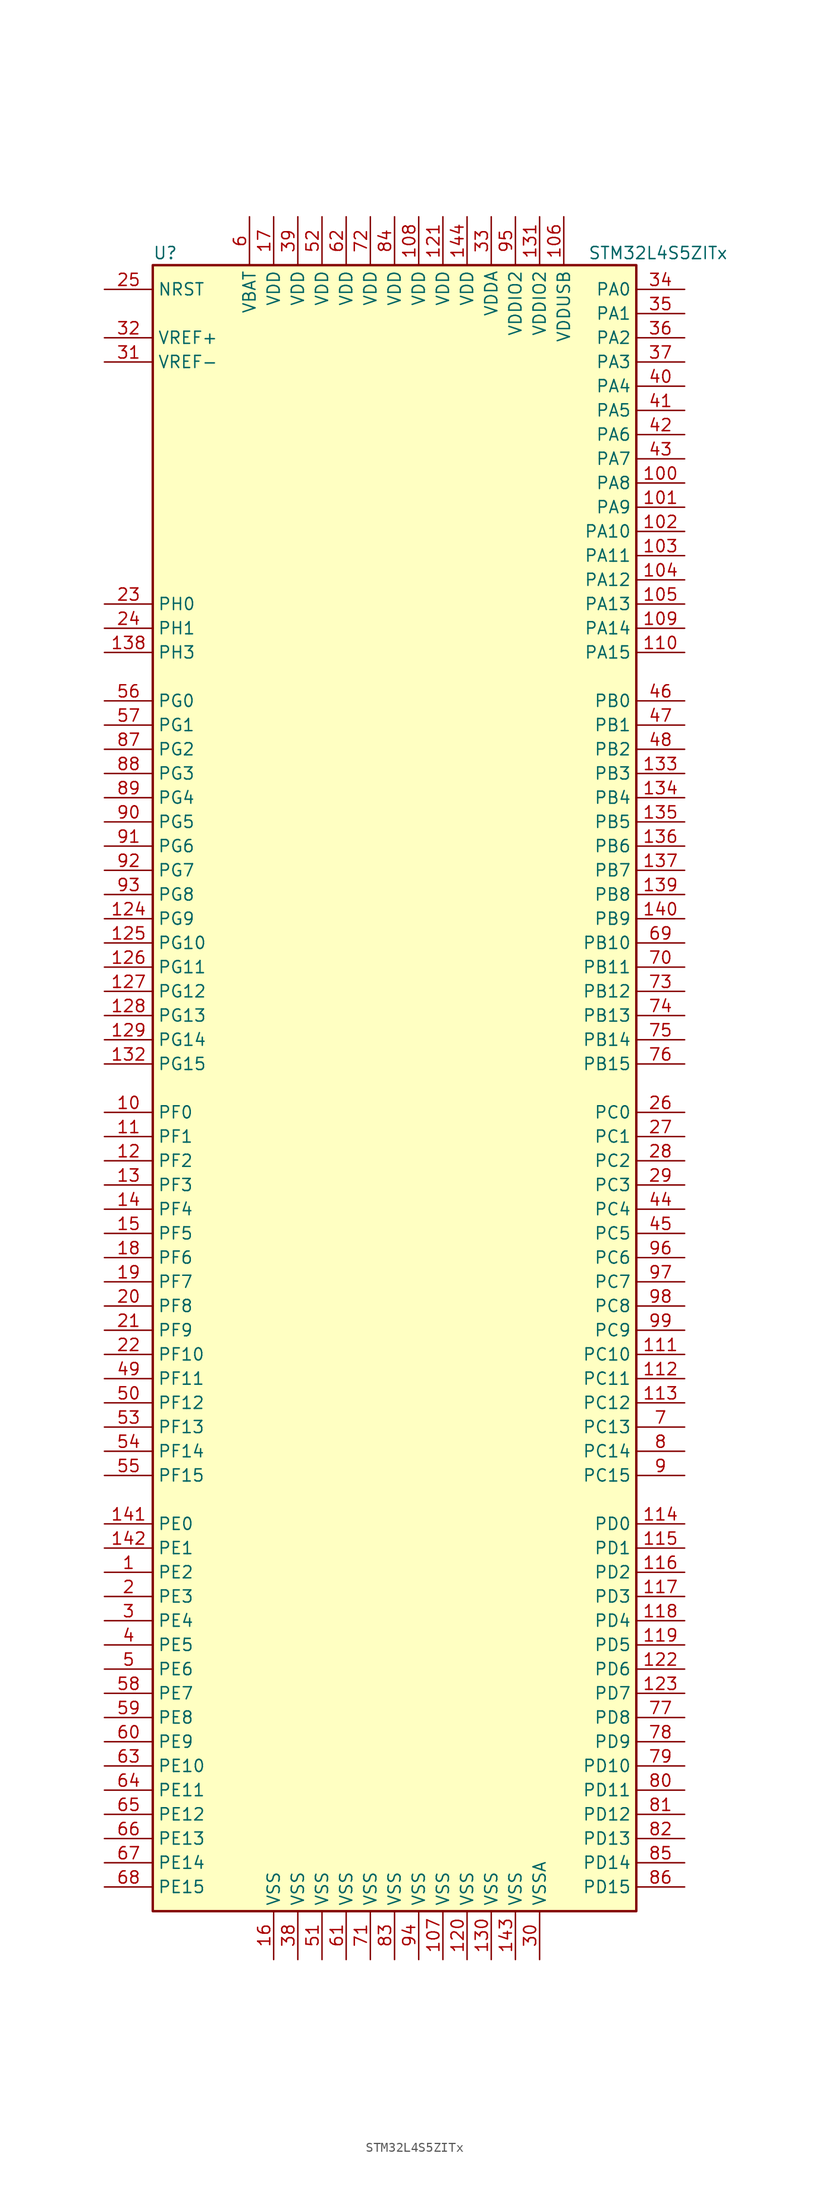
<source format=kicad_sym>
(kicad_symbol_lib
  (version 20201005)
  (generator kicad_symbol_editor)
  (symbol "MCU_ST_STM32L4+:STM32L4S5ZITx"
    (property "Reference" "U"
      (at -25.4 87.63 0)
      (effects (font (size 1.27 1.27)) (justify left)))
    (property "Value" "STM32L4S5ZITx"
      (at 20.32 87.63 0)
      (effects (font (size 1.27 1.27)) (justify left)))
    (symbol "STM32L4S5ZITx_0_1"
      (rectangle (start -25.4 -86.36) (end 25.4 86.36) (stroke (width 0.254)) (fill (type background))))
    (symbol "STM32L4S5ZITx_1_1"
      (pin input line (at -30.48 83.82 0) (length 5.08) (name "NRST" (effects (font (size 1.27 1.27)))) (number "25" (effects (font (size 1.27 1.27)))))
      (pin bidirectional line (at 30.48 83.82 180) (length 5.08) (name "PA0" (effects (font (size 1.27 1.27)))) (number "34" (effects (font (size 1.27 1.27)))))
      (pin bidirectional line (at 30.48 81.28 180) (length 5.08) (name "PA1" (effects (font (size 1.27 1.27)))) (number "35" (effects (font (size 1.27 1.27)))))
      (pin bidirectional line (at 30.48 58.42 180) (length 5.08) (name "PA10" (effects (font (size 1.27 1.27)))) (number "102" (effects (font (size 1.27 1.27)))))
      (pin bidirectional line (at 30.48 55.88 180) (length 5.08) (name "PA11" (effects (font (size 1.27 1.27)))) (number "103" (effects (font (size 1.27 1.27)))))
      (pin bidirectional line (at 30.48 53.34 180) (length 5.08) (name "PA12" (effects (font (size 1.27 1.27)))) (number "104" (effects (font (size 1.27 1.27)))))
      (pin bidirectional line (at 30.48 50.8 180) (length 5.08) (name "PA13" (effects (font (size 1.27 1.27)))) (number "105" (effects (font (size 1.27 1.27)))))
      (pin bidirectional line (at 30.48 48.26 180) (length 5.08) (name "PA14" (effects (font (size 1.27 1.27)))) (number "109" (effects (font (size 1.27 1.27)))))
      (pin bidirectional line (at 30.48 45.72 180) (length 5.08) (name "PA15" (effects (font (size 1.27 1.27)))) (number "110" (effects (font (size 1.27 1.27)))))
      (pin bidirectional line (at 30.48 78.74 180) (length 5.08) (name "PA2" (effects (font (size 1.27 1.27)))) (number "36" (effects (font (size 1.27 1.27)))))
      (pin bidirectional line (at 30.48 76.2 180) (length 5.08) (name "PA3" (effects (font (size 1.27 1.27)))) (number "37" (effects (font (size 1.27 1.27)))))
      (pin bidirectional line (at 30.48 73.66 180) (length 5.08) (name "PA4" (effects (font (size 1.27 1.27)))) (number "40" (effects (font (size 1.27 1.27)))))
      (pin bidirectional line (at 30.48 71.12 180) (length 5.08) (name "PA5" (effects (font (size 1.27 1.27)))) (number "41" (effects (font (size 1.27 1.27)))))
      (pin bidirectional line (at 30.48 68.58 180) (length 5.08) (name "PA6" (effects (font (size 1.27 1.27)))) (number "42" (effects (font (size 1.27 1.27)))))
      (pin bidirectional line (at 30.48 66.04 180) (length 5.08) (name "PA7" (effects (font (size 1.27 1.27)))) (number "43" (effects (font (size 1.27 1.27)))))
      (pin bidirectional line (at 30.48 63.5 180) (length 5.08) (name "PA8" (effects (font (size 1.27 1.27)))) (number "100" (effects (font (size 1.27 1.27)))))
      (pin bidirectional line (at 30.48 60.96 180) (length 5.08) (name "PA9" (effects (font (size 1.27 1.27)))) (number "101" (effects (font (size 1.27 1.27)))))
      (pin bidirectional line (at 30.48 40.64 180) (length 5.08) (name "PB0" (effects (font (size 1.27 1.27)))) (number "46" (effects (font (size 1.27 1.27)))))
      (pin bidirectional line (at 30.48 38.1 180) (length 5.08) (name "PB1" (effects (font (size 1.27 1.27)))) (number "47" (effects (font (size 1.27 1.27)))))
      (pin bidirectional line (at 30.48 15.24 180) (length 5.08) (name "PB10" (effects (font (size 1.27 1.27)))) (number "69" (effects (font (size 1.27 1.27)))))
      (pin bidirectional line (at 30.48 12.7 180) (length 5.08) (name "PB11" (effects (font (size 1.27 1.27)))) (number "70" (effects (font (size 1.27 1.27)))))
      (pin bidirectional line (at 30.48 10.16 180) (length 5.08) (name "PB12" (effects (font (size 1.27 1.27)))) (number "73" (effects (font (size 1.27 1.27)))))
      (pin bidirectional line (at 30.48 7.62 180) (length 5.08) (name "PB13" (effects (font (size 1.27 1.27)))) (number "74" (effects (font (size 1.27 1.27)))))
      (pin bidirectional line (at 30.48 5.08 180) (length 5.08) (name "PB14" (effects (font (size 1.27 1.27)))) (number "75" (effects (font (size 1.27 1.27)))))
      (pin bidirectional line (at 30.48 2.54 180) (length 5.08) (name "PB15" (effects (font (size 1.27 1.27)))) (number "76" (effects (font (size 1.27 1.27)))))
      (pin bidirectional line (at 30.48 35.56 180) (length 5.08) (name "PB2" (effects (font (size 1.27 1.27)))) (number "48" (effects (font (size 1.27 1.27)))))
      (pin bidirectional line (at 30.48 33.02 180) (length 5.08) (name "PB3" (effects (font (size 1.27 1.27)))) (number "133" (effects (font (size 1.27 1.27)))))
      (pin bidirectional line (at 30.48 30.48 180) (length 5.08) (name "PB4" (effects (font (size 1.27 1.27)))) (number "134" (effects (font (size 1.27 1.27)))))
      (pin bidirectional line (at 30.48 27.94 180) (length 5.08) (name "PB5" (effects (font (size 1.27 1.27)))) (number "135" (effects (font (size 1.27 1.27)))))
      (pin bidirectional line (at 30.48 25.4 180) (length 5.08) (name "PB6" (effects (font (size 1.27 1.27)))) (number "136" (effects (font (size 1.27 1.27)))))
      (pin bidirectional line (at 30.48 22.86 180) (length 5.08) (name "PB7" (effects (font (size 1.27 1.27)))) (number "137" (effects (font (size 1.27 1.27)))))
      (pin bidirectional line (at 30.48 20.32 180) (length 5.08) (name "PB8" (effects (font (size 1.27 1.27)))) (number "139" (effects (font (size 1.27 1.27)))))
      (pin bidirectional line (at 30.48 17.78 180) (length 5.08) (name "PB9" (effects (font (size 1.27 1.27)))) (number "140" (effects (font (size 1.27 1.27)))))
      (pin bidirectional line (at 30.48 -2.54 180) (length 5.08) (name "PC0" (effects (font (size 1.27 1.27)))) (number "26" (effects (font (size 1.27 1.27)))))
      (pin bidirectional line (at 30.48 -5.08 180) (length 5.08) (name "PC1" (effects (font (size 1.27 1.27)))) (number "27" (effects (font (size 1.27 1.27)))))
      (pin bidirectional line (at 30.48 -27.94 180) (length 5.08) (name "PC10" (effects (font (size 1.27 1.27)))) (number "111" (effects (font (size 1.27 1.27)))))
      (pin bidirectional line (at 30.48 -30.48 180) (length 5.08) (name "PC11" (effects (font (size 1.27 1.27)))) (number "112" (effects (font (size 1.27 1.27)))))
      (pin bidirectional line (at 30.48 -33.02 180) (length 5.08) (name "PC12" (effects (font (size 1.27 1.27)))) (number "113" (effects (font (size 1.27 1.27)))))
      (pin bidirectional line (at 30.48 -35.56 180) (length 5.08) (name "PC13" (effects (font (size 1.27 1.27)))) (number "7" (effects (font (size 1.27 1.27)))))
      (pin bidirectional line (at 30.48 -38.1 180) (length 5.08) (name "PC14" (effects (font (size 1.27 1.27)))) (number "8" (effects (font (size 1.27 1.27)))))
      (pin bidirectional line (at 30.48 -40.64 180) (length 5.08) (name "PC15" (effects (font (size 1.27 1.27)))) (number "9" (effects (font (size 1.27 1.27)))))
      (pin bidirectional line (at 30.48 -7.62 180) (length 5.08) (name "PC2" (effects (font (size 1.27 1.27)))) (number "28" (effects (font (size 1.27 1.27)))))
      (pin bidirectional line (at 30.48 -10.16 180) (length 5.08) (name "PC3" (effects (font (size 1.27 1.27)))) (number "29" (effects (font (size 1.27 1.27)))))
      (pin bidirectional line (at 30.48 -12.7 180) (length 5.08) (name "PC4" (effects (font (size 1.27 1.27)))) (number "44" (effects (font (size 1.27 1.27)))))
      (pin bidirectional line (at 30.48 -15.24 180) (length 5.08) (name "PC5" (effects (font (size 1.27 1.27)))) (number "45" (effects (font (size 1.27 1.27)))))
      (pin bidirectional line (at 30.48 -17.78 180) (length 5.08) (name "PC6" (effects (font (size 1.27 1.27)))) (number "96" (effects (font (size 1.27 1.27)))))
      (pin bidirectional line (at 30.48 -20.32 180) (length 5.08) (name "PC7" (effects (font (size 1.27 1.27)))) (number "97" (effects (font (size 1.27 1.27)))))
      (pin bidirectional line (at 30.48 -22.86 180) (length 5.08) (name "PC8" (effects (font (size 1.27 1.27)))) (number "98" (effects (font (size 1.27 1.27)))))
      (pin bidirectional line (at 30.48 -25.4 180) (length 5.08) (name "PC9" (effects (font (size 1.27 1.27)))) (number "99" (effects (font (size 1.27 1.27)))))
      (pin bidirectional line (at 30.48 -45.72 180) (length 5.08) (name "PD0" (effects (font (size 1.27 1.27)))) (number "114" (effects (font (size 1.27 1.27)))))
      (pin bidirectional line (at 30.48 -48.26 180) (length 5.08) (name "PD1" (effects (font (size 1.27 1.27)))) (number "115" (effects (font (size 1.27 1.27)))))
      (pin bidirectional line (at 30.48 -71.12 180) (length 5.08) (name "PD10" (effects (font (size 1.27 1.27)))) (number "79" (effects (font (size 1.27 1.27)))))
      (pin bidirectional line (at 30.48 -73.66 180) (length 5.08) (name "PD11" (effects (font (size 1.27 1.27)))) (number "80" (effects (font (size 1.27 1.27)))))
      (pin bidirectional line (at 30.48 -76.2 180) (length 5.08) (name "PD12" (effects (font (size 1.27 1.27)))) (number "81" (effects (font (size 1.27 1.27)))))
      (pin bidirectional line (at 30.48 -78.74 180) (length 5.08) (name "PD13" (effects (font (size 1.27 1.27)))) (number "82" (effects (font (size 1.27 1.27)))))
      (pin bidirectional line (at 30.48 -81.28 180) (length 5.08) (name "PD14" (effects (font (size 1.27 1.27)))) (number "85" (effects (font (size 1.27 1.27)))))
      (pin bidirectional line (at 30.48 -83.82 180) (length 5.08) (name "PD15" (effects (font (size 1.27 1.27)))) (number "86" (effects (font (size 1.27 1.27)))))
      (pin bidirectional line (at 30.48 -50.8 180) (length 5.08) (name "PD2" (effects (font (size 1.27 1.27)))) (number "116" (effects (font (size 1.27 1.27)))))
      (pin bidirectional line (at 30.48 -53.34 180) (length 5.08) (name "PD3" (effects (font (size 1.27 1.27)))) (number "117" (effects (font (size 1.27 1.27)))))
      (pin bidirectional line (at 30.48 -55.88 180) (length 5.08) (name "PD4" (effects (font (size 1.27 1.27)))) (number "118" (effects (font (size 1.27 1.27)))))
      (pin bidirectional line (at 30.48 -58.42 180) (length 5.08) (name "PD5" (effects (font (size 1.27 1.27)))) (number "119" (effects (font (size 1.27 1.27)))))
      (pin bidirectional line (at 30.48 -60.96 180) (length 5.08) (name "PD6" (effects (font (size 1.27 1.27)))) (number "122" (effects (font (size 1.27 1.27)))))
      (pin bidirectional line (at 30.48 -63.5 180) (length 5.08) (name "PD7" (effects (font (size 1.27 1.27)))) (number "123" (effects (font (size 1.27 1.27)))))
      (pin bidirectional line (at 30.48 -66.04 180) (length 5.08) (name "PD8" (effects (font (size 1.27 1.27)))) (number "77" (effects (font (size 1.27 1.27)))))
      (pin bidirectional line (at 30.48 -68.58 180) (length 5.08) (name "PD9" (effects (font (size 1.27 1.27)))) (number "78" (effects (font (size 1.27 1.27)))))
      (pin bidirectional line (at -30.48 -45.72 0) (length 5.08) (name "PE0" (effects (font (size 1.27 1.27)))) (number "141" (effects (font (size 1.27 1.27)))))
      (pin bidirectional line (at -30.48 -48.26 0) (length 5.08) (name "PE1" (effects (font (size 1.27 1.27)))) (number "142" (effects (font (size 1.27 1.27)))))
      (pin bidirectional line (at -30.48 -71.12 0) (length 5.08) (name "PE10" (effects (font (size 1.27 1.27)))) (number "63" (effects (font (size 1.27 1.27)))))
      (pin bidirectional line (at -30.48 -73.66 0) (length 5.08) (name "PE11" (effects (font (size 1.27 1.27)))) (number "64" (effects (font (size 1.27 1.27)))))
      (pin bidirectional line (at -30.48 -76.2 0) (length 5.08) (name "PE12" (effects (font (size 1.27 1.27)))) (number "65" (effects (font (size 1.27 1.27)))))
      (pin bidirectional line (at -30.48 -78.74 0) (length 5.08) (name "PE13" (effects (font (size 1.27 1.27)))) (number "66" (effects (font (size 1.27 1.27)))))
      (pin bidirectional line (at -30.48 -81.28 0) (length 5.08) (name "PE14" (effects (font (size 1.27 1.27)))) (number "67" (effects (font (size 1.27 1.27)))))
      (pin bidirectional line (at -30.48 -83.82 0) (length 5.08) (name "PE15" (effects (font (size 1.27 1.27)))) (number "68" (effects (font (size 1.27 1.27)))))
      (pin bidirectional line (at -30.48 -50.8 0) (length 5.08) (name "PE2" (effects (font (size 1.27 1.27)))) (number "1" (effects (font (size 1.27 1.27)))))
      (pin bidirectional line (at -30.48 -53.34 0) (length 5.08) (name "PE3" (effects (font (size 1.27 1.27)))) (number "2" (effects (font (size 1.27 1.27)))))
      (pin bidirectional line (at -30.48 -55.88 0) (length 5.08) (name "PE4" (effects (font (size 1.27 1.27)))) (number "3" (effects (font (size 1.27 1.27)))))
      (pin bidirectional line (at -30.48 -58.42 0) (length 5.08) (name "PE5" (effects (font (size 1.27 1.27)))) (number "4" (effects (font (size 1.27 1.27)))))
      (pin bidirectional line (at -30.48 -60.96 0) (length 5.08) (name "PE6" (effects (font (size 1.27 1.27)))) (number "5" (effects (font (size 1.27 1.27)))))
      (pin bidirectional line (at -30.48 -63.5 0) (length 5.08) (name "PE7" (effects (font (size 1.27 1.27)))) (number "58" (effects (font (size 1.27 1.27)))))
      (pin bidirectional line (at -30.48 -66.04 0) (length 5.08) (name "PE8" (effects (font (size 1.27 1.27)))) (number "59" (effects (font (size 1.27 1.27)))))
      (pin bidirectional line (at -30.48 -68.58 0) (length 5.08) (name "PE9" (effects (font (size 1.27 1.27)))) (number "60" (effects (font (size 1.27 1.27)))))
      (pin bidirectional line (at -30.48 -2.54 0) (length 5.08) (name "PF0" (effects (font (size 1.27 1.27)))) (number "10" (effects (font (size 1.27 1.27)))))
      (pin bidirectional line (at -30.48 -5.08 0) (length 5.08) (name "PF1" (effects (font (size 1.27 1.27)))) (number "11" (effects (font (size 1.27 1.27)))))
      (pin bidirectional line (at -30.48 -27.94 0) (length 5.08) (name "PF10" (effects (font (size 1.27 1.27)))) (number "22" (effects (font (size 1.27 1.27)))))
      (pin bidirectional line (at -30.48 -30.48 0) (length 5.08) (name "PF11" (effects (font (size 1.27 1.27)))) (number "49" (effects (font (size 1.27 1.27)))))
      (pin bidirectional line (at -30.48 -33.02 0) (length 5.08) (name "PF12" (effects (font (size 1.27 1.27)))) (number "50" (effects (font (size 1.27 1.27)))))
      (pin bidirectional line (at -30.48 -35.56 0) (length 5.08) (name "PF13" (effects (font (size 1.27 1.27)))) (number "53" (effects (font (size 1.27 1.27)))))
      (pin bidirectional line (at -30.48 -38.1 0) (length 5.08) (name "PF14" (effects (font (size 1.27 1.27)))) (number "54" (effects (font (size 1.27 1.27)))))
      (pin bidirectional line (at -30.48 -40.64 0) (length 5.08) (name "PF15" (effects (font (size 1.27 1.27)))) (number "55" (effects (font (size 1.27 1.27)))))
      (pin bidirectional line (at -30.48 -7.62 0) (length 5.08) (name "PF2" (effects (font (size 1.27 1.27)))) (number "12" (effects (font (size 1.27 1.27)))))
      (pin bidirectional line (at -30.48 -10.16 0) (length 5.08) (name "PF3" (effects (font (size 1.27 1.27)))) (number "13" (effects (font (size 1.27 1.27)))))
      (pin bidirectional line (at -30.48 -12.7 0) (length 5.08) (name "PF4" (effects (font (size 1.27 1.27)))) (number "14" (effects (font (size 1.27 1.27)))))
      (pin bidirectional line (at -30.48 -15.24 0) (length 5.08) (name "PF5" (effects (font (size 1.27 1.27)))) (number "15" (effects (font (size 1.27 1.27)))))
      (pin bidirectional line (at -30.48 -17.78 0) (length 5.08) (name "PF6" (effects (font (size 1.27 1.27)))) (number "18" (effects (font (size 1.27 1.27)))))
      (pin bidirectional line (at -30.48 -20.32 0) (length 5.08) (name "PF7" (effects (font (size 1.27 1.27)))) (number "19" (effects (font (size 1.27 1.27)))))
      (pin bidirectional line (at -30.48 -22.86 0) (length 5.08) (name "PF8" (effects (font (size 1.27 1.27)))) (number "20" (effects (font (size 1.27 1.27)))))
      (pin bidirectional line (at -30.48 -25.4 0) (length 5.08) (name "PF9" (effects (font (size 1.27 1.27)))) (number "21" (effects (font (size 1.27 1.27)))))
      (pin bidirectional line (at -30.48 40.64 0) (length 5.08) (name "PG0" (effects (font (size 1.27 1.27)))) (number "56" (effects (font (size 1.27 1.27)))))
      (pin bidirectional line (at -30.48 38.1 0) (length 5.08) (name "PG1" (effects (font (size 1.27 1.27)))) (number "57" (effects (font (size 1.27 1.27)))))
      (pin bidirectional line (at -30.48 15.24 0) (length 5.08) (name "PG10" (effects (font (size 1.27 1.27)))) (number "125" (effects (font (size 1.27 1.27)))))
      (pin bidirectional line (at -30.48 12.7 0) (length 5.08) (name "PG11" (effects (font (size 1.27 1.27)))) (number "126" (effects (font (size 1.27 1.27)))))
      (pin bidirectional line (at -30.48 10.16 0) (length 5.08) (name "PG12" (effects (font (size 1.27 1.27)))) (number "127" (effects (font (size 1.27 1.27)))))
      (pin bidirectional line (at -30.48 7.62 0) (length 5.08) (name "PG13" (effects (font (size 1.27 1.27)))) (number "128" (effects (font (size 1.27 1.27)))))
      (pin bidirectional line (at -30.48 5.08 0) (length 5.08) (name "PG14" (effects (font (size 1.27 1.27)))) (number "129" (effects (font (size 1.27 1.27)))))
      (pin bidirectional line (at -30.48 2.54 0) (length 5.08) (name "PG15" (effects (font (size 1.27 1.27)))) (number "132" (effects (font (size 1.27 1.27)))))
      (pin bidirectional line (at -30.48 35.56 0) (length 5.08) (name "PG2" (effects (font (size 1.27 1.27)))) (number "87" (effects (font (size 1.27 1.27)))))
      (pin bidirectional line (at -30.48 33.02 0) (length 5.08) (name "PG3" (effects (font (size 1.27 1.27)))) (number "88" (effects (font (size 1.27 1.27)))))
      (pin bidirectional line (at -30.48 30.48 0) (length 5.08) (name "PG4" (effects (font (size 1.27 1.27)))) (number "89" (effects (font (size 1.27 1.27)))))
      (pin bidirectional line (at -30.48 27.94 0) (length 5.08) (name "PG5" (effects (font (size 1.27 1.27)))) (number "90" (effects (font (size 1.27 1.27)))))
      (pin bidirectional line (at -30.48 25.4 0) (length 5.08) (name "PG6" (effects (font (size 1.27 1.27)))) (number "91" (effects (font (size 1.27 1.27)))))
      (pin bidirectional line (at -30.48 22.86 0) (length 5.08) (name "PG7" (effects (font (size 1.27 1.27)))) (number "92" (effects (font (size 1.27 1.27)))))
      (pin bidirectional line (at -30.48 20.32 0) (length 5.08) (name "PG8" (effects (font (size 1.27 1.27)))) (number "93" (effects (font (size 1.27 1.27)))))
      (pin bidirectional line (at -30.48 17.78 0) (length 5.08) (name "PG9" (effects (font (size 1.27 1.27)))) (number "124" (effects (font (size 1.27 1.27)))))
      (pin input line (at -30.48 50.8 0) (length 5.08) (name "PH0" (effects (font (size 1.27 1.27)))) (number "23" (effects (font (size 1.27 1.27)))))
      (pin input line (at -30.48 48.26 0) (length 5.08) (name "PH1" (effects (font (size 1.27 1.27)))) (number "24" (effects (font (size 1.27 1.27)))))
      (pin bidirectional line (at -30.48 45.72 0) (length 5.08) (name "PH3" (effects (font (size 1.27 1.27)))) (number "138" (effects (font (size 1.27 1.27)))))
      (pin power_in line (at -15.24 91.44 270) (length 5.08) (name "VBAT" (effects (font (size 1.27 1.27)))) (number "6" (effects (font (size 1.27 1.27)))))
      (pin power_in line (at 2.54 91.44 270) (length 5.08) (name "VDD" (effects (font (size 1.27 1.27)))) (number "108" (effects (font (size 1.27 1.27)))))
      (pin power_in line (at 5.08 91.44 270) (length 5.08) (name "VDD" (effects (font (size 1.27 1.27)))) (number "121" (effects (font (size 1.27 1.27)))))
      (pin power_in line (at 7.62 91.44 270) (length 5.08) (name "VDD" (effects (font (size 1.27 1.27)))) (number "144" (effects (font (size 1.27 1.27)))))
      (pin power_in line (at -12.7 91.44 270) (length 5.08) (name "VDD" (effects (font (size 1.27 1.27)))) (number "17" (effects (font (size 1.27 1.27)))))
      (pin power_in line (at -10.16 91.44 270) (length 5.08) (name "VDD" (effects (font (size 1.27 1.27)))) (number "39" (effects (font (size 1.27 1.27)))))
      (pin power_in line (at -7.62 91.44 270) (length 5.08) (name "VDD" (effects (font (size 1.27 1.27)))) (number "52" (effects (font (size 1.27 1.27)))))
      (pin power_in line (at -5.08 91.44 270) (length 5.08) (name "VDD" (effects (font (size 1.27 1.27)))) (number "62" (effects (font (size 1.27 1.27)))))
      (pin power_in line (at -2.54 91.44 270) (length 5.08) (name "VDD" (effects (font (size 1.27 1.27)))) (number "72" (effects (font (size 1.27 1.27)))))
      (pin power_in line (at 0 91.44 270) (length 5.08) (name "VDD" (effects (font (size 1.27 1.27)))) (number "84" (effects (font (size 1.27 1.27)))))
      (pin power_in line (at 10.16 91.44 270) (length 5.08) (name "VDDA" (effects (font (size 1.27 1.27)))) (number "33" (effects (font (size 1.27 1.27)))))
      (pin power_in line (at 15.24 91.44 270) (length 5.08) (name "VDDIO2" (effects (font (size 1.27 1.27)))) (number "131" (effects (font (size 1.27 1.27)))))
      (pin power_in line (at 12.7 91.44 270) (length 5.08) (name "VDDIO2" (effects (font (size 1.27 1.27)))) (number "95" (effects (font (size 1.27 1.27)))))
      (pin power_in line (at 17.78 91.44 270) (length 5.08) (name "VDDUSB" (effects (font (size 1.27 1.27)))) (number "106" (effects (font (size 1.27 1.27)))))
      (pin bidirectional line (at -30.48 78.74 0) (length 5.08) (name "VREF+" (effects (font (size 1.27 1.27)))) (number "32" (effects (font (size 1.27 1.27)))))
      (pin power_in line (at -30.48 76.2 0) (length 5.08) (name "VREF-" (effects (font (size 1.27 1.27)))) (number "31" (effects (font (size 1.27 1.27)))))
      (pin power_in line (at 5.08 -91.44 90) (length 5.08) (name "VSS" (effects (font (size 1.27 1.27)))) (number "107" (effects (font (size 1.27 1.27)))))
      (pin power_in line (at 7.62 -91.44 90) (length 5.08) (name "VSS" (effects (font (size 1.27 1.27)))) (number "120" (effects (font (size 1.27 1.27)))))
      (pin power_in line (at 10.16 -91.44 90) (length 5.08) (name "VSS" (effects (font (size 1.27 1.27)))) (number "130" (effects (font (size 1.27 1.27)))))
      (pin power_in line (at 12.7 -91.44 90) (length 5.08) (name "VSS" (effects (font (size 1.27 1.27)))) (number "143" (effects (font (size 1.27 1.27)))))
      (pin power_in line (at -12.7 -91.44 90) (length 5.08) (name "VSS" (effects (font (size 1.27 1.27)))) (number "16" (effects (font (size 1.27 1.27)))))
      (pin power_in line (at -10.16 -91.44 90) (length 5.08) (name "VSS" (effects (font (size 1.27 1.27)))) (number "38" (effects (font (size 1.27 1.27)))))
      (pin power_in line (at -7.62 -91.44 90) (length 5.08) (name "VSS" (effects (font (size 1.27 1.27)))) (number "51" (effects (font (size 1.27 1.27)))))
      (pin power_in line (at -5.08 -91.44 90) (length 5.08) (name "VSS" (effects (font (size 1.27 1.27)))) (number "61" (effects (font (size 1.27 1.27)))))
      (pin power_in line (at -2.54 -91.44 90) (length 5.08) (name "VSS" (effects (font (size 1.27 1.27)))) (number "71" (effects (font (size 1.27 1.27)))))
      (pin power_in line (at 0 -91.44 90) (length 5.08) (name "VSS" (effects (font (size 1.27 1.27)))) (number "83" (effects (font (size 1.27 1.27)))))
      (pin power_in line (at 2.54 -91.44 90) (length 5.08) (name "VSS" (effects (font (size 1.27 1.27)))) (number "94" (effects (font (size 1.27 1.27)))))
      (pin power_in line (at 15.24 -91.44 90) (length 5.08) (name "VSSA" (effects (font (size 1.27 1.27)))) (number "30" (effects (font (size 1.27 1.27))))))))
</source>
